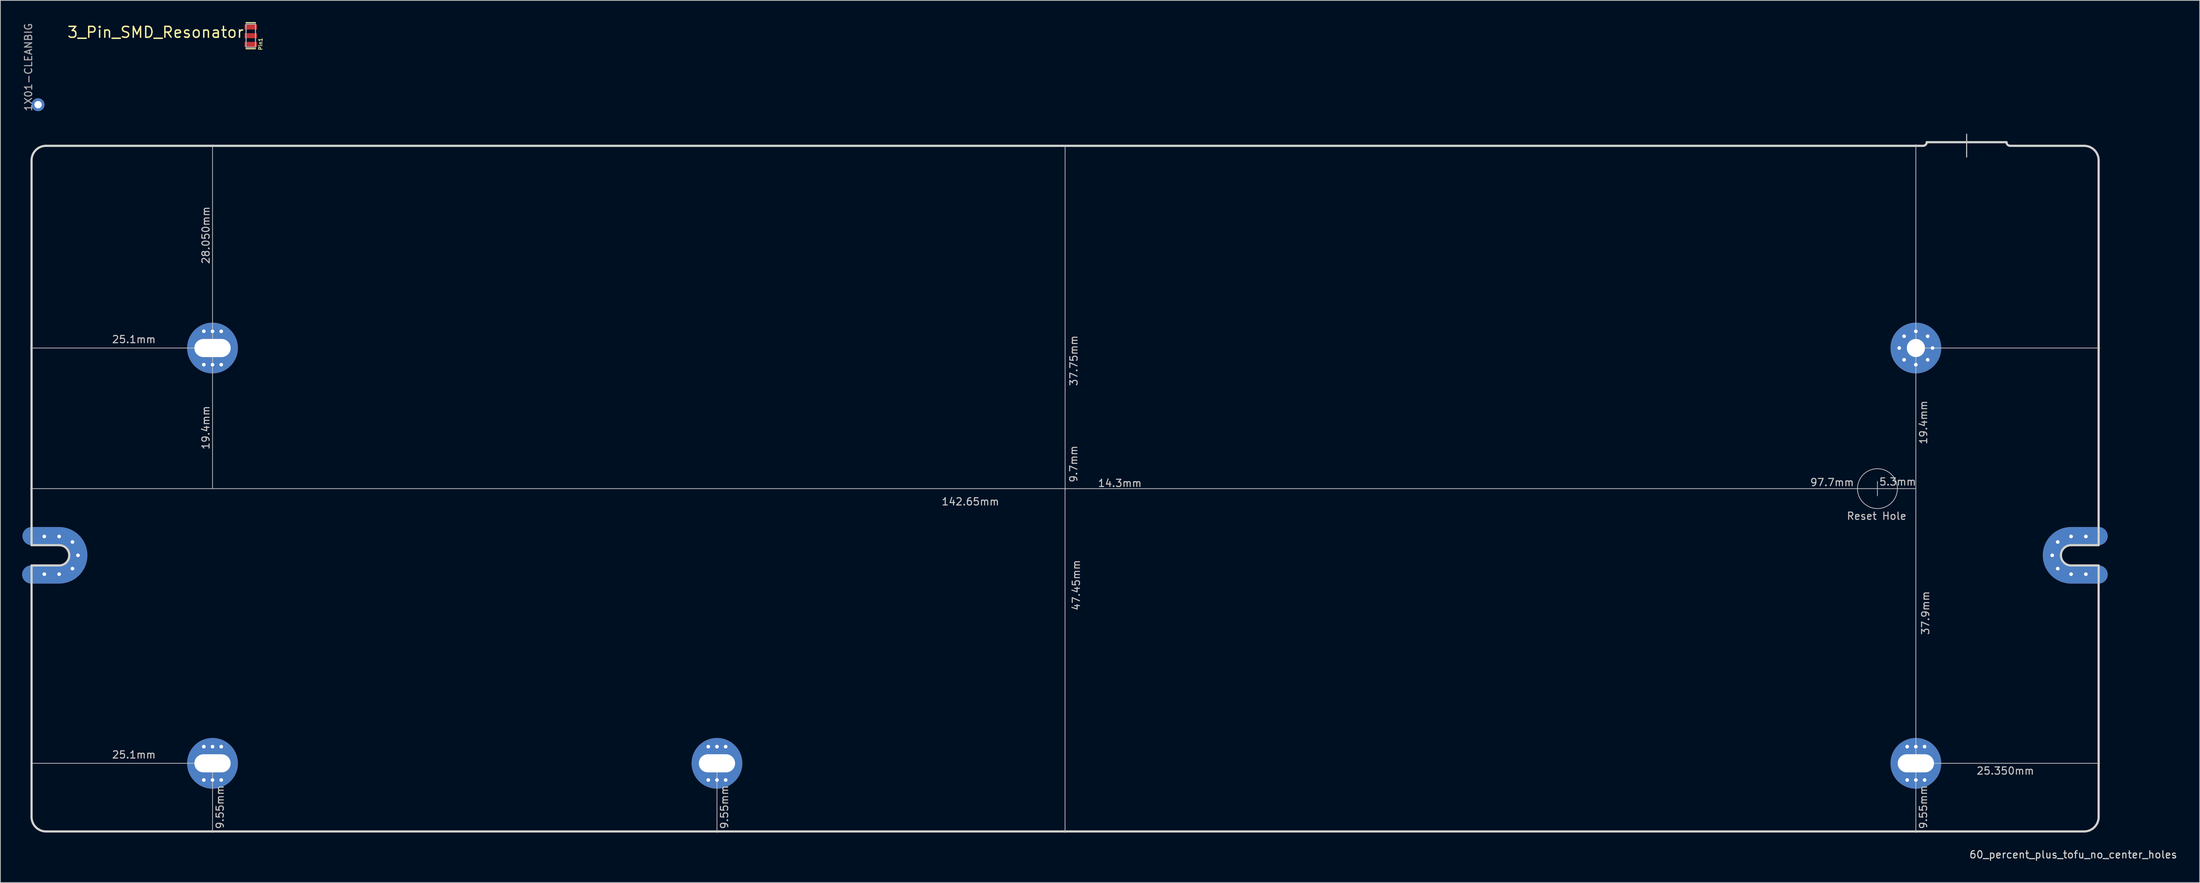
<source format=kicad_pcb>
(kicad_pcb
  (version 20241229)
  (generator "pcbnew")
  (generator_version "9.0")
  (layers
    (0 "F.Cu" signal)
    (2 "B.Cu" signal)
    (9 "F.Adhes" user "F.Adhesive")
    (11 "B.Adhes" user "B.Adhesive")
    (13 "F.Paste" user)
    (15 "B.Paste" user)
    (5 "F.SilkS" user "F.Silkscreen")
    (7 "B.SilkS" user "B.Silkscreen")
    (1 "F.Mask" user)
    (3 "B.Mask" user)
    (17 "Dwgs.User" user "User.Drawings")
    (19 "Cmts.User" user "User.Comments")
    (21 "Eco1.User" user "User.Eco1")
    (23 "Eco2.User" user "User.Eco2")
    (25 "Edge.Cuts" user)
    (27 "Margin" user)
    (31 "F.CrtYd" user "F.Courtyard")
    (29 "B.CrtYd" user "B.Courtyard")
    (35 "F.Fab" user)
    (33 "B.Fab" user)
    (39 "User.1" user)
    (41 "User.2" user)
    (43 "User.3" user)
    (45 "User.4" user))
  (footprint "1X01-CLEANBIG"
    (layer "F.Cu")
    (at 2.2 11.393)
    (property "Reference" "1X01-CLEANBIG" (at -0.75 1 90) (layer "F.Fab") (effects (font (size 1 1) (thickness 0.15)) (justify left bottom)))
    (attr through_hole)
    (pad "1" thru_hole circle (at 0 0) (size 1.778 1.778) (drill 1.016) (layers "*.Cu" "*.Mask")))
  (footprint "60_percent_plus_tofu_no_center_holes"
    (layer "F.Cu")
    (at 143.801 64.368)
    (property "Reference" "60_percent_plus_tofu_no_center_holes" (at 139 50.5 180) (layer "Edge.Cuts") (effects (font (size 1 1) (thickness 0.15))))
    (attr through_hole)
    (fp_line (start -117.55 -19.4) (end -142.65 -19.4) (stroke (width 0.1) (type solid)) (layer "Dwgs.User"))
    (fp_line (start -117.55 -19.4) (end -117.55 -47.45) (stroke (width 0.1) (type solid)) (layer "Dwgs.User"))
    (fp_line (start -117.55 -19.4) (end -117.55 0) (stroke (width 0.1) (type solid)) (layer "Dwgs.User"))
    (fp_line (start -117.55 37.9) (end -117.55 47.45) (stroke (width 0.1) (type solid)) (layer "Dwgs.User"))
    (fp_line (start -117.53 37.9) (end -142.63 37.9) (stroke (width 0.1) (type solid)) (layer "Dwgs.User"))
    (fp_line (start -48 37.9) (end -48 47.45) (stroke (width 0.1) (type solid)) (layer "Dwgs.User"))
    (fp_line (start -0.01 0) (end -0.01 47.45) (stroke (width 0.1) (type solid)) (layer "Dwgs.User"))
    (fp_line (start 0 0) (end -142.65 0) (stroke (width 0.1) (type solid)) (layer "Dwgs.User"))
    (fp_line (start 0 0) (end 14.3 0) (stroke (width 0.1) (type solid)) (layer "Dwgs.User"))
    (fp_line (start 0 0.2) (end 0 -47.25) (stroke (width 0.1) (type solid)) (layer "Dwgs.User"))
    (fp_line (start 14.3 0) (end 112 0) (stroke (width 0.1) (type solid)) (layer "Dwgs.User"))
    (fp_line (start 112 0) (end 112 -1) (stroke (width 0.1) (type solid)) (layer "Dwgs.User"))
    (fp_line (start 112 0) (end 112 1) (stroke (width 0.1) (type solid)) (layer "Dwgs.User"))
    (fp_line (start 112 0) (end 117.3 0) (stroke (width 0.1) (type solid)) (layer "Dwgs.User"))
    (fp_line (start 117.3 -19.4) (end 117.3 -47.45) (stroke (width 0.1) (type solid)) (layer "Dwgs.User"))
    (fp_line (start 117.3 -19.4) (end 142.65 -19.4) (stroke (width 0.1) (type solid)) (layer "Dwgs.User"))
    (fp_line (start 117.3 0) (end 117.3 -19.4) (stroke (width 0.1) (type solid)) (layer "Dwgs.User"))
    (fp_line (start 117.3 37.9) (end 117.3 0) (stroke (width 0.1) (type solid)) (layer "Dwgs.User"))
    (fp_line (start 117.3 37.9) (end 117.3 47.45) (stroke (width 0.1) (type solid)) (layer "Dwgs.User"))
    (fp_line (start 117.3 37.9) (end 142.65 37.9) (stroke (width 0.1) (type solid)) (layer "Dwgs.User"))
    (fp_line (start 124.3 -48.9) (end 124.3 -45.75) (stroke (width 0.15) (type solid)) (layer "Dwgs.User"))
    (fp_circle (center 112.001 0) (end 114.751 0.03) (stroke (width 0.1) (type solid)) (fill no) (layer "Dwgs.User"))
    (fp_line (start -142.5 7.8) (end -142.5 -45.3) (stroke (width 0.3) (type solid)) (layer "Edge.Cuts"))
    (fp_line (start -142.5 10.6) (end -142.5 45.3) (stroke (width 0.3) (type solid)) (layer "Edge.Cuts"))
    (fp_line (start -140.5 -47.3) (end 118.3 -47.3) (stroke (width 0.3) (type solid)) (layer "Edge.Cuts"))
    (fp_line (start -138.7 7.8) (end -142.5 7.8) (stroke (width 0.3) (type solid)) (layer "Edge.Cuts"))
    (fp_line (start -138.7 10.6) (end -142.5 10.6) (stroke (width 0.3) (type solid)) (layer "Edge.Cuts"))
    (fp_line (start 129.8 -47.8) (end 118.8 -47.8) (stroke (width 0.3) (type solid)) (layer "Edge.Cuts"))
    (fp_line (start 138.7 7.8) (end 142.5 7.8) (stroke (width 0.3) (type solid)) (layer "Edge.Cuts"))
    (fp_line (start 140.5 -47.3) (end 130.3 -47.3) (stroke (width 0.3) (type solid)) (layer "Edge.Cuts"))
    (fp_line (start 140.5 47.3) (end -140.5 47.3) (stroke (width 0.3) (type solid)) (layer "Edge.Cuts"))
    (fp_line (start 142.5 7.8) (end 142.5 -45.3) (stroke (width 0.3) (type solid)) (layer "Edge.Cuts"))
    (fp_line (start 142.5 10.6) (end 138.7 10.6) (stroke (width 0.3) (type solid)) (layer "Edge.Cuts"))
    (fp_line (start 142.5 45.3) (end 142.5 10.6) (stroke (width 0.3) (type solid)) (layer "Edge.Cuts"))
    (fp_arc (start -142.5 -45.3) (mid -141.914214 -46.714214) (end -140.5 -47.3) (stroke (width 0.3) (type solid)) (layer "Edge.Cuts"))
    (fp_arc (start -140.5 47.3) (mid -141.914214 46.714214) (end -142.5 45.3) (stroke (width 0.3) (type solid)) (layer "Edge.Cuts"))
    (fp_arc (start -138.7 7.8) (mid -137.710051 8.210051) (end -137.3 9.2) (stroke (width 0.3) (type solid)) (layer "Edge.Cuts"))
    (fp_arc (start -137.3 9.2) (mid -137.710051 10.189949) (end -138.7 10.6) (stroke (width 0.3) (type solid)) (layer "Edge.Cuts"))
    (fp_arc (start 118.8 -47.8) (mid 118.653553 -47.446447) (end 118.3 -47.3) (stroke (width 0.3) (type solid)) (layer "Edge.Cuts"))
    (fp_arc (start 130.3 -47.3) (mid 129.946447 -47.446447) (end 129.8 -47.8) (stroke (width 0.3) (type solid)) (layer "Edge.Cuts"))
    (fp_arc (start 137.3 9.2) (mid 137.710051 8.210051) (end 138.7 7.8) (stroke (width 0.3) (type solid)) (layer "Edge.Cuts"))
    (fp_arc (start 138.7 10.6) (mid 137.710051 10.189949) (end 137.3 9.2) (stroke (width 0.3) (type solid)) (layer "Edge.Cuts"))
    (fp_arc (start 140.5 -47.3) (mid 141.914214 -46.714214) (end 142.5 -45.3) (stroke (width 0.3) (type solid)) (layer "Edge.Cuts"))
    (fp_arc (start 142.5 45.3) (mid 141.914214 46.714214) (end 140.5 47.3) (stroke (width 0.3) (type solid)) (layer "Edge.Cuts"))
    (fp_text user "28.050mm" (at -118.47 -34.96 90) (layer "Dwgs.User") (effects (font (size 1 1) (thickness 0.15))))
    (fp_text user "25.1mm" (at -128.39 -20.59 0) (layer "Dwgs.User") (effects (font (size 1 1) (thickness 0.15))))
    (fp_text user "25.1mm" (at -128.39 36.72 0) (layer "Dwgs.User") (effects (font (size 1 1) (thickness 0.15))))
    (fp_text user "Reset Hole" (at 111.89 3.78 0) (layer "Dwgs.User") (effects (font (size 1 1) (thickness 0.15))))
    (fp_text user "19.4mm" (at 118.34 -9.13 90) (layer "Dwgs.User") (effects (font (size 1 1) (thickness 0.15))))
    (fp_text user "47.45mm" (at 1.53 13.33 90) (layer "Dwgs.User") (effects (font (size 1 1) (thickness 0.15))))
    (fp_text user "142.65mm" (at -13.05 1.8 0) (layer "Dwgs.User") (effects (font (size 1 1) (thickness 0.15))))
    (fp_text user "9.55mm" (at -116.52 43.94 90) (layer "Dwgs.User") (effects (font (size 1 1) (thickness 0.15))))
    (fp_text user "25.350mm" (at 129.64 38.94 0) (layer "Dwgs.User") (effects (font (size 1 1) (thickness 0.15))))
    (fp_text user "37.9mm" (at 118.63 17.16 90) (layer "Dwgs.User") (effects (font (size 1 1) (thickness 0.15))))
    (fp_text user "97.7mm" (at 105.75 -0.86 0) (layer "Dwgs.User") (effects (font (size 1 1) (thickness 0.15))))
    (fp_text user "9.55mm" (at 118.33 43.94 90) (layer "Dwgs.User") (effects (font (size 1 1) (thickness 0.15))))
    (fp_text user "5.3mm" (at 114.8 -0.94 0) (layer "Dwgs.User") (effects (font (size 1 1) (thickness 0.15))))
    (fp_text user "37.75mm" (at 1.2 -17.65 90) (layer "Dwgs.User") (effects (font (size 1 1) (thickness 0.15))))
    (fp_text user "19.4mm" (at -118.48 -8.41 90) (layer "Dwgs.User") (effects (font (size 1 1) (thickness 0.15))))
    (fp_text user "9.55mm" (at -46.97 43.94 90) (layer "Dwgs.User") (effects (font (size 1 1) (thickness 0.15))))
    (fp_text user "9.7mm" (at 1.17 -3.4 270) (layer "Dwgs.User") (effects (font (size 1 1) (thickness 0.15))))
    (fp_text user "14.3mm" (at 7.55 -0.75 0) (layer "Dwgs.User") (effects (font (size 1 1) (thickness 0.15))))
    (pad "1" thru_hole circle (at -140.742 6.6 180) (size 1 1) (drill 0.5) (layers "*.Cu" "*.Mask"))
    (pad "1" thru_hole circle (at -140.742 11.8 180) (size 1 1) (drill 0.5) (layers "*.Cu" "*.Mask"))
    (pad "1" thru_hole circle (at -138.7 6.6 180) (size 1 1) (drill 0.5) (layers "*.Cu" "*.Mask"))
    (pad "1" thru_hole circle (at -138.7 11.8 180) (size 1 1) (drill 0.5) (layers "*.Cu" "*.Mask"))
    (pad "1" thru_hole circle (at -136.862 7.362 180) (size 1 1) (drill 0.5) (layers "*.Cu" "*.Mask"))
    (pad "1" thru_hole circle (at -136.862 11.038 180) (size 1 1) (drill 0.5) (layers "*.Cu" "*.Mask"))
    (pad "1" thru_hole custom (at -136.1 9.2) (size 1 1) (drill 0.5) (layers "*.Cu" "*.Mask") (options (anchor circle)) (primitives (gr_line (start -2.6 2.651) (end -6.45 2.651) (width 2.502)) (gr_line (start -2.6 -2.651) (end -6.4 -2.651) (width 2.502)) (gr_arc (start 0.05095 0) (mid -0.725495 1.874505) (end -2.6 2.65095) (width 2.5019)) (gr_arc (start -2.6 -2.65095) (mid -0.725495 -1.874505) (end 0.05095 0) (width 2.5019)) (gr_line (start -2.6 -2.651) (end -6.4 -2.651) (width 2.502)) (gr_line (start -2.6 2.651) (end -6.45 2.651) (width 2.502)) (gr_arc (start 0.05095 0) (mid -0.725495 1.874505) (end -2.6 2.65095) (width 2.5019)) (gr_arc (start -2.6 -2.65095) (mid -0.725495 -1.874505) (end 0.05095 0) (width 2.5019))))
    (pad "1" thru_hole circle (at -118.75 -21.717 180) (size 1 1) (drill 0.5) (layers "*.Cu" "*.Mask"))
    (pad "1" thru_hole circle (at -118.75 -17.1 180) (size 1 1) (drill 0.5) (layers "*.Cu" "*.Mask"))
    (pad "1" thru_hole circle (at -118.75 35.6 180) (size 1 1) (drill 0.5) (layers "*.Cu" "*.Mask"))
    (pad "1" thru_hole circle (at -118.75 40.2 180) (size 1 1) (drill 0.5) (layers "*.Cu" "*.Mask"))
    (pad "1" thru_hole circle (at -117.55 -21.7 180) (size 1 1) (drill 0.5) (layers "*.Cu" "*.Mask"))
    (pad "1" thru_hole circle (at -117.55 -19.4 180) (size 7 7) (drill oval 5 2.5) (layers "*.Cu" "*.Mask"))
    (pad "1" thru_hole circle (at -117.55 -17.1 180) (size 1 1) (drill 0.5) (layers "*.Cu" "*.Mask"))
    (pad "1" thru_hole circle (at -117.55 35.6 180) (size 1 1) (drill 0.5) (layers "*.Cu" "*.Mask"))
    (pad "1" thru_hole circle (at -117.55 37.9) (size 7 7) (drill oval 5 2.5) (layers "*.Cu" "*.Mask"))
    (pad "1" thru_hole circle (at -117.55 40.2 180) (size 1 1) (drill 0.5) (layers "*.Cu" "*.Mask"))
    (pad "1" thru_hole circle (at -116.35 -21.7 180) (size 1 1) (drill 0.5) (layers "*.Cu" "*.Mask"))
    (pad "1" thru_hole circle (at -116.35 -17.1 180) (size 1 1) (drill 0.5) (layers "*.Cu" "*.Mask"))
    (pad "1" thru_hole circle (at -116.35 35.6 180) (size 1 1) (drill 0.5) (layers "*.Cu" "*.Mask"))
    (pad "1" thru_hole circle (at -116.35 40.2 180) (size 1 1) (drill 0.5) (layers "*.Cu" "*.Mask"))
    (pad "1" thru_hole circle (at -49.2 35.6 180) (size 1 1) (drill 0.5) (layers "*.Cu" "*.Mask"))
    (pad "1" thru_hole circle (at -49.2 40.2 180) (size 1 1) (drill 0.5) (layers "*.Cu" "*.Mask"))
    (pad "1" thru_hole circle (at -48 35.6 180) (size 1 1) (drill 0.5) (layers "*.Cu" "*.Mask"))
    (pad "1" thru_hole circle (at -48 37.9) (size 7 7) (drill oval 5 2.5) (layers "*.Cu" "*.Mask"))
    (pad "1" thru_hole circle (at -48 40.2 180) (size 1 1) (drill 0.5) (layers "*.Cu" "*.Mask"))
    (pad "1" thru_hole circle (at -46.8 35.6 180) (size 1 1) (drill 0.5) (layers "*.Cu" "*.Mask"))
    (pad "1" thru_hole circle (at -46.8 40.2 180) (size 1 1) (drill 0.5) (layers "*.Cu" "*.Mask"))
    (pad "1" thru_hole circle (at 115 -19.4 180) (size 1 1) (drill 0.5) (layers "*.Cu" "*.Mask"))
    (pad "1" thru_hole circle (at 115.674 -21.026 180) (size 1 1) (drill 0.5) (layers "*.Cu" "*.Mask"))
    (pad "1" thru_hole circle (at 115.674 -17.774 180) (size 1 1) (drill 0.5) (layers "*.Cu" "*.Mask"))
    (pad "1" thru_hole circle (at 116.1 35.6 180) (size 1 1) (drill 0.5) (layers "*.Cu" "*.Mask"))
    (pad "1" thru_hole circle (at 116.1 40.2 180) (size 1 1) (drill 0.5) (layers "*.Cu" "*.Mask"))
    (pad "1" thru_hole circle (at 117.3 -21.7 180) (size 1 1) (drill 0.5) (layers "*.Cu" "*.Mask"))
    (pad "1" thru_hole circle (at 117.3 -19.4) (size 7 7) (drill 2.5) (layers "*.Cu" "*.Mask"))
    (pad "1" thru_hole circle (at 117.3 -17.1 180) (size 1 1) (drill 0.5) (layers "*.Cu" "*.Mask"))
    (pad "1" thru_hole circle (at 117.3 35.6 180) (size 1 1) (drill 0.5) (layers "*.Cu" "*.Mask"))
    (pad "1" thru_hole circle (at 117.3 37.9) (size 7 7) (drill oval 5 2.5) (layers "*.Cu" "*.Mask"))
    (pad "1" thru_hole circle (at 117.3 40.2 180) (size 1 1) (drill 0.5) (layers "*.Cu" "*.Mask"))
    (pad "1" thru_hole circle (at 118.5 35.6 180) (size 1 1) (drill 0.5) (layers "*.Cu" "*.Mask"))
    (pad "1" thru_hole circle (at 118.5 40.2 180) (size 1 1) (drill 0.5) (layers "*.Cu" "*.Mask"))
    (pad "1" thru_hole circle (at 118.926 -21.026 180) (size 1 1) (drill 0.5) (layers "*.Cu" "*.Mask"))
    (pad "1" thru_hole circle (at 118.926 -17.774 180) (size 1 1) (drill 0.5) (layers "*.Cu" "*.Mask"))
    (pad "1" thru_hole circle (at 119.6 -19.4 180) (size 1 1) (drill 0.5) (layers "*.Cu" "*.Mask"))
    (pad "1" thru_hole custom (at 136.1 9.2) (size 1 1) (drill 0.5) (layers "*.Cu" "*.Mask") (options (anchor circle)) (primitives (gr_arc (start -0.05095 0) (mid 0.725495 -1.874505) (end 2.6 -2.65095) (width 2.5019)) (gr_arc (start 2.6 2.65095) (mid 0.725495 1.874505) (end -0.05095 0) (width 2.5019)) (gr_line (start 6.4 2.651) (end 2.6 2.651) (width 2.502)) (gr_line (start 6.4 2.651) (end 2.6 2.651) (width 2.502)) (gr_arc (start -0.05095 0) (mid 0.725495 -1.874505) (end 2.6 -2.65095) (width 2.5019)) (gr_arc (start 2.6 2.65095) (mid 0.725495 1.874505) (end -0.05095 0) (width 2.5019)) (gr_line (start 6.4 -2.651) (end 2.6 -2.651) (width 2.502)) (gr_line (start 6.4 -2.651) (end 2.6 -2.651) (width 2.502))))
    (pad "1" thru_hole circle (at 136.862 7.362 180) (size 1 1) (drill 0.5) (layers "*.Cu" "*.Mask"))
    (pad "1" thru_hole circle (at 136.862 11.038 180) (size 1 1) (drill 0.5) (layers "*.Cu" "*.Mask"))
    (pad "1" thru_hole circle (at 138.7 6.6 180) (size 1 1) (drill 0.5) (layers "*.Cu" "*.Mask"))
    (pad "1" thru_hole circle (at 138.7 11.8 180) (size 1 1) (drill 0.5) (layers "*.Cu" "*.Mask"))
    (pad "1" thru_hole circle (at 140.742 6.6 180) (size 1 1) (drill 0.5) (layers "*.Cu" "*.Mask"))
    (pad "1" thru_hole circle (at 140.742 11.8 180) (size 1 1) (drill 0.5) (layers "*.Cu" "*.Mask")))
  (footprint "3_Pin_SMD_Resonator"
    (layer "F.Cu")
    (at 31.575 1.925)
    (property "Reference" "3_Pin_SMD_Resonator" (at -0.9 -1.4 0) (layer "F.SilkS") (effects (font (size 1.5 1.5) (thickness 0.2)) (justify right top)))
    (attr through_hole)
    (fp_line (start -0.7 -1.85) (end 0.6 -1.85) (stroke (width 0.15) (type solid)) (layer "F.SilkS"))
    (fp_line (start 0.6 1.75) (end -0.7 1.75) (stroke (width 0.15) (type solid)) (layer "F.SilkS"))
    (fp_line (start -0.7 -1.65) (end 0.6 -1.65) (stroke (width 0.15) (type solid)) (layer "F.Fab"))
    (fp_line (start -0.7 1.55) (end -0.7 -1.65) (stroke (width 0.15) (type solid)) (layer "F.Fab"))
    (fp_line (start 0.6 -1.65) (end 0.6 1.55) (stroke (width 0.15) (type solid)) (layer "F.Fab"))
    (fp_line (start 0.6 1.55) (end -0.7 1.55) (stroke (width 0.15) (type solid)) (layer "F.Fab"))
    (fp_text user "Pin1" (at 1.3 1.1 90) (layer "F.SilkS") (effects (font (size 0.5 0.5) (thickness 0.1))))
    (pad "1" smd rect (at -0.05 1.15 90) (size 0.7 1.7) (layers "F.Cu" "F.Mask" "F.Paste"))
    (pad "2" smd rect (at -0.05 -0.05 90) (size 0.7 1.7) (layers "F.Cu" "F.Mask" "F.Paste"))
    (pad "3" smd rect (at -0.05 -1.25 90) (size 0.7 1.7) (layers "F.Cu" "F.Mask" "F.Paste")))
  (gr_rect
    (start -3 -3)
    (end 300.235 118.716)
    (stroke (width 0.1) (type default))
    (fill no)
    (layer "Edge.Cuts")))
</source>
